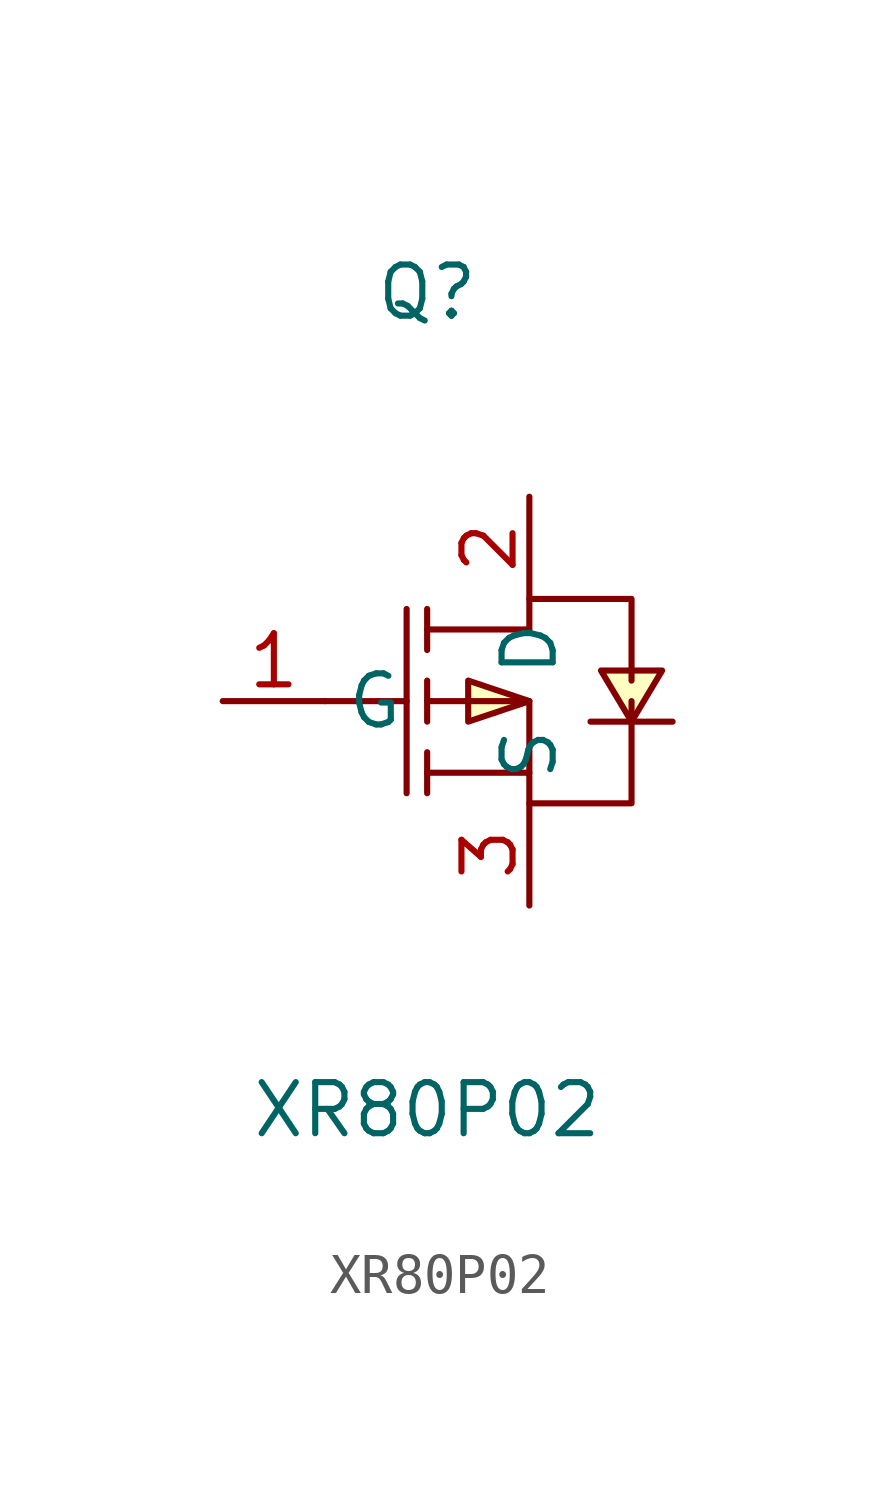
<source format=kicad_sym>
(kicad_symbol_lib
  (version 20211014)
  (generator https://github.com/uPesy/easyeda2kicad.py)
  (symbol "XR80P02"
    (property "Reference" "Q"
      (at 0 10.16 0)
      (effects (font (size 1.27 1.27))))
    (property "Value" "XR80P02"
      (at 0 -10.16 0)
      (effects (font (size 1.27 1.27))))
    (symbol "XR80P02_0_1"
      (polyline (pts (xy 0.00 1.78) (xy 2.54 1.78) (xy 2.54 2.54) (xy 5.08 2.54) (xy 5.08 0.51)) (stroke (width 0) (type default) (color 0 0 0 0)) (fill (type none)))
      (polyline (pts (xy 0.00 -0.00) (xy 2.54 -0.00) (xy 2.54 -2.54) (xy 5.08 -2.54) (xy 5.08 -0.00)) (stroke (width 0) (type default) (color 0 0 0 0)) (fill (type none)))
      (polyline (pts (xy 2.54 -1.78) (xy 0.00 -1.78)) (stroke (width 0) (type default) (color 0 0 0 0)) (fill (type none)))
      (polyline (pts (xy -0.51 2.29) (xy -0.51 -2.29)) (stroke (width 0) (type default) (color 0 0 0 0)) (fill (type none)))
      (polyline (pts (xy 0.00 2.29) (xy 0.00 1.27)) (stroke (width 0) (type default) (color 0 0 0 0)) (fill (type none)))
      (polyline (pts (xy 0.00 -0.51) (xy 0.00 0.51)) (stroke (width 0) (type default) (color 0 0 0 0)) (fill (type none)))
      (polyline (pts (xy 0.00 -2.29) (xy 0.00 -1.27)) (stroke (width 0) (type default) (color 0 0 0 0)) (fill (type none)))
      (polyline (pts (xy -2.54 -0.00) (xy -0.51 -0.00)) (stroke (width 0) (type default) (color 0 0 0 0)) (fill (type none)))
      (polyline (pts (xy 4.06 -0.51) (xy 4.57 -0.51) (xy 5.59 -0.51) (xy 6.10 -0.51)) (stroke (width 0) (type default) (color 0 0 0 0)) (fill (type none)))
      (polyline (pts (xy 2.54 -0.00) (xy 1.02 0.51) (xy 1.02 -0.51) (xy 2.54 -0.00)) (stroke (width 0) (type default) (color 0 0 0 0)) (fill (type background)))
      (polyline (pts (xy 5.08 -0.51) (xy 5.84 0.76) (xy 4.32 0.76) (xy 5.08 -0.51)) (stroke (width 0) (type default) (color 0 0 0 0)) (fill (type background)))
      (pin unspecified line (at 2.54 5.08 270) (length 2.54) (name "D" (effects (font (size 1.27 1.27)))) (number "2" (effects (font (size 1.27 1.27)))))
      (pin unspecified line (at -5.08 -0.00 0) (length 2.54) (name "G" (effects (font (size 1.27 1.27)))) (number "1" (effects (font (size 1.27 1.27)))))
      (pin unspecified line (at 2.54 -5.08 90) (length 2.54) (name "S" (effects (font (size 1.27 1.27)))) (number "3" (effects (font (size 1.27 1.27))))))))
</source>
